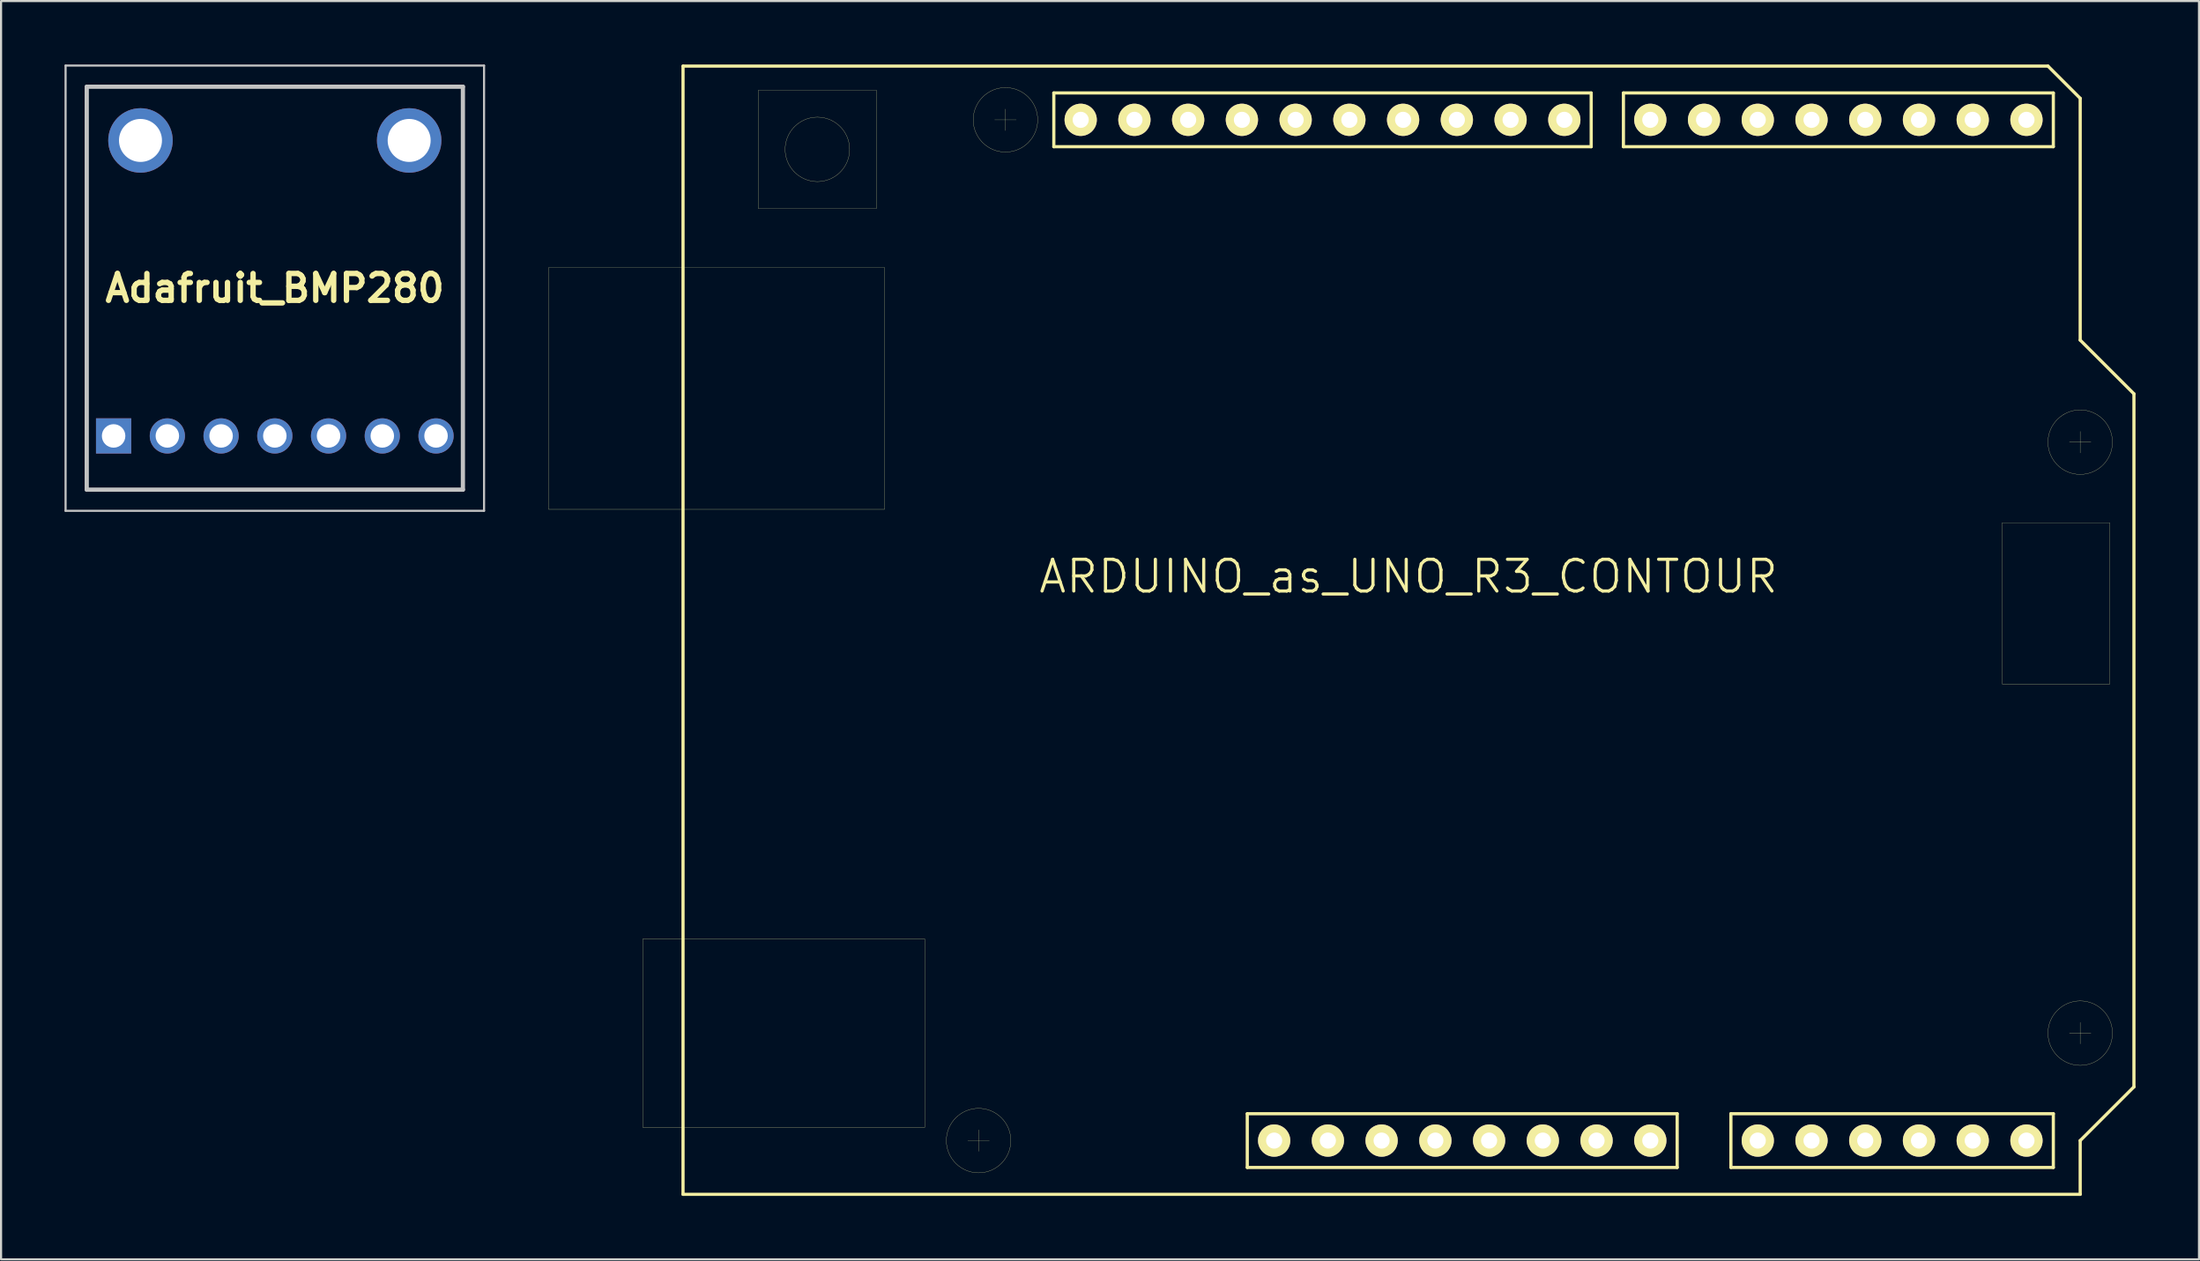
<source format=kicad_pcb>
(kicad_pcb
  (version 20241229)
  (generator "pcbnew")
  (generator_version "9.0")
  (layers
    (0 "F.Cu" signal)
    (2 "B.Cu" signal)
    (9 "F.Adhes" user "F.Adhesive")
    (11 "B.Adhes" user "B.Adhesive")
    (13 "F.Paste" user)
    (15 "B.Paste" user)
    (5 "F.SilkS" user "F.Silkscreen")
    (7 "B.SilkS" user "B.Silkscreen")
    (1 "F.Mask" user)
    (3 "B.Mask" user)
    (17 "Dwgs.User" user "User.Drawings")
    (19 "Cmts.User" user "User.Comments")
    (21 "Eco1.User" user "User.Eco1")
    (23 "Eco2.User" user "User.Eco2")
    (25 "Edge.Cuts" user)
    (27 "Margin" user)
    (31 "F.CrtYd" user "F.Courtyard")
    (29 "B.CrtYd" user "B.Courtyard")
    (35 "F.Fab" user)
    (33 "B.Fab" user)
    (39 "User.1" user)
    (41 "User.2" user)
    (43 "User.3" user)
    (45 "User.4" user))
  (footprint "Adafruit_BMP280"
    (layer "F.Cu")
    (at 2.32 17.56)
    (property "Reference" "Adafruit_BMP280" (at 7.62 -6.985 0) (layer "F.SilkS") (effects (font (size 1.27 1.27) (thickness 0.254))))
    (attr through_hole)
    (fp_line (start -1.27 -16.51) (end 16.51 -16.51) (stroke (width 0.1) (type solid)) (layer "F.SilkS"))
    (fp_line (start -1.27 2.54) (end -1.27 -16.51) (stroke (width 0.1) (type solid)) (layer "F.SilkS"))
    (fp_line (start 16.51 -16.51) (end 16.51 2.54) (stroke (width 0.1) (type solid)) (layer "F.SilkS"))
    (fp_line (start 16.51 2.54) (end -1.27 2.54) (stroke (width 0.1) (type solid)) (layer "F.SilkS"))
    (fp_line (start -2.27 -17.51) (end 17.51 -17.51) (stroke (width 0.1) (type solid)) (layer "Dwgs.User"))
    (fp_line (start -2.27 3.54) (end -2.27 -17.51) (stroke (width 0.1) (type solid)) (layer "Dwgs.User"))
    (fp_line (start -1.27 -16.51) (end 16.51 -16.51) (stroke (width 0.2) (type solid)) (layer "Dwgs.User"))
    (fp_line (start -1.27 2.54) (end -1.27 -16.51) (stroke (width 0.2) (type solid)) (layer "Dwgs.User"))
    (fp_line (start 16.51 -16.51) (end 16.51 2.54) (stroke (width 0.2) (type solid)) (layer "Dwgs.User"))
    (fp_line (start 16.51 2.54) (end -1.27 2.54) (stroke (width 0.2) (type solid)) (layer "Dwgs.User"))
    (fp_line (start 17.51 -17.51) (end 17.51 3.54) (stroke (width 0.1) (type solid)) (layer "Dwgs.User"))
    (fp_line (start 17.51 3.54) (end -2.27 3.54) (stroke (width 0.1) (type solid)) (layer "Dwgs.User"))
    (pad "1" thru_hole rect (at 0 0 90) (size 1.665 1.665) (drill 1.11) (layers "*.Cu" "*.Mask"))
    (pad "2" thru_hole circle (at 2.54 0 90) (size 1.665 1.665) (drill 1.11) (layers "*.Cu" "*.Mask"))
    (pad "3" thru_hole circle (at 5.08 0 90) (size 1.665 1.665) (drill 1.11) (layers "*.Cu" "*.Mask"))
    (pad "4" thru_hole circle (at 7.62 0 90) (size 1.665 1.665) (drill 1.11) (layers "*.Cu" "*.Mask"))
    (pad "5" thru_hole circle (at 10.16 0 90) (size 1.665 1.665) (drill 1.11) (layers "*.Cu" "*.Mask"))
    (pad "6" thru_hole circle (at 12.7 0 90) (size 1.665 1.665) (drill 1.11) (layers "*.Cu" "*.Mask"))
    (pad "7" thru_hole circle (at 15.24 0 90) (size 1.665 1.665) (drill 1.11) (layers "*.Cu" "*.Mask"))
    (pad "MH1" thru_hole circle (at 1.27 -13.97 90) (size 3.048 3.048) (drill 2.032) (layers "*.Cu" "*.Mask"))
    (pad "MH2" thru_hole circle (at 13.97 -13.97 90) (size 3.048 3.048) (drill 2.032) (layers "*.Cu" "*.Mask")))
  (footprint "ARDUINO_as_UNO_R3_CONTOUR"
    (layer "F.Cu")
    (at 63.525 26.745)
    (property "Reference" "ARDUINO_as_UNO_R3_CONTOUR" (at 0 -2.54 0) (layer "F.SilkS") (effects (font (size 1.5 1.5) (thickness 0.15))))
    (attr through_hole)
    (fp_line (start -40.64 -17.145) (end -24.765 -17.145) (stroke (width 0.01) (type solid)) (layer "F.SilkS"))
    (fp_line (start -40.64 -5.715) (end -40.64 -17.145) (stroke (width 0.01) (type solid)) (layer "F.SilkS"))
    (fp_line (start -36.195 14.605) (end -22.86 14.605) (stroke (width 0.01) (type solid)) (layer "F.SilkS"))
    (fp_line (start -36.195 23.495) (end -36.195 14.605) (stroke (width 0.01) (type solid)) (layer "F.SilkS"))
    (fp_line (start -34.29 -26.67) (end 30.226 -26.67) (stroke (width 0.15) (type solid)) (layer "F.SilkS"))
    (fp_line (start -34.29 26.67) (end -34.29 -26.67) (stroke (width 0.15) (type solid)) (layer "F.SilkS"))
    (fp_line (start -30.734 -25.527) (end -25.146 -25.527) (stroke (width 0.01) (type solid)) (layer "F.SilkS"))
    (fp_line (start -30.734 -19.939) (end -30.734 -25.527) (stroke (width 0.01) (type solid)) (layer "F.SilkS"))
    (fp_line (start -25.146 -25.527) (end -25.146 -19.939) (stroke (width 0.01) (type solid)) (layer "F.SilkS"))
    (fp_line (start -25.146 -19.939) (end -30.734 -19.939) (stroke (width 0.01) (type solid)) (layer "F.SilkS"))
    (fp_line (start -24.765 -17.145) (end -24.765 -5.715) (stroke (width 0.01) (type solid)) (layer "F.SilkS"))
    (fp_line (start -24.765 -5.715) (end -40.64 -5.715) (stroke (width 0.01) (type solid)) (layer "F.SilkS"))
    (fp_line (start -22.86 14.605) (end -22.86 23.495) (stroke (width 0.01) (type solid)) (layer "F.SilkS"))
    (fp_line (start -22.86 23.495) (end -36.195 23.495) (stroke (width 0.01) (type solid)) (layer "F.SilkS"))
    (fp_line (start -20.828 24.13) (end -19.812 24.13) (stroke (width 0.01) (type solid)) (layer "F.SilkS"))
    (fp_line (start -20.32 23.622) (end -20.32 24.638) (stroke (width 0.01) (type solid)) (layer "F.SilkS"))
    (fp_line (start -19.558 -24.13) (end -18.542 -24.13) (stroke (width 0.01) (type solid)) (layer "F.SilkS"))
    (fp_line (start -19.05 -24.638) (end -19.05 -23.622) (stroke (width 0.01) (type solid)) (layer "F.SilkS"))
    (fp_line (start -16.764 -25.4) (end 8.636 -25.4) (stroke (width 0.15) (type solid)) (layer "F.SilkS"))
    (fp_line (start -16.764 -22.86) (end -16.764 -25.4) (stroke (width 0.15) (type solid)) (layer "F.SilkS"))
    (fp_line (start -7.62 22.86) (end 12.7 22.86) (stroke (width 0.15) (type solid)) (layer "F.SilkS"))
    (fp_line (start -7.62 25.4) (end -7.62 22.86) (stroke (width 0.15) (type solid)) (layer "F.SilkS"))
    (fp_line (start 8.636 -25.4) (end 8.636 -22.86) (stroke (width 0.15) (type solid)) (layer "F.SilkS"))
    (fp_line (start 8.636 -22.86) (end -16.764 -22.86) (stroke (width 0.15) (type solid)) (layer "F.SilkS"))
    (fp_line (start 10.16 -25.4) (end 30.48 -25.4) (stroke (width 0.15) (type solid)) (layer "F.SilkS"))
    (fp_line (start 10.16 -22.86) (end 10.16 -25.4) (stroke (width 0.15) (type solid)) (layer "F.SilkS"))
    (fp_line (start 12.7 22.86) (end 12.7 25.4) (stroke (width 0.15) (type solid)) (layer "F.SilkS"))
    (fp_line (start 12.7 25.4) (end -7.62 25.4) (stroke (width 0.15) (type solid)) (layer "F.SilkS"))
    (fp_line (start 15.24 22.86) (end 30.48 22.86) (stroke (width 0.15) (type solid)) (layer "F.SilkS"))
    (fp_line (start 15.24 25.4) (end 15.24 22.86) (stroke (width 0.15) (type solid)) (layer "F.SilkS"))
    (fp_line (start 28.067 -5.08) (end 28.067 2.54) (stroke (width 0.01) (type solid)) (layer "F.SilkS"))
    (fp_line (start 28.067 -5.08) (end 33.147 -5.08) (stroke (width 0.01) (type solid)) (layer "F.SilkS"))
    (fp_line (start 28.067 2.54) (end 33.147 2.54) (stroke (width 0.01) (type solid)) (layer "F.SilkS"))
    (fp_line (start 30.48 -25.4) (end 30.48 -22.86) (stroke (width 0.15) (type solid)) (layer "F.SilkS"))
    (fp_line (start 30.48 -22.86) (end 10.16 -22.86) (stroke (width 0.15) (type solid)) (layer "F.SilkS"))
    (fp_line (start 30.48 22.86) (end 30.48 25.4) (stroke (width 0.15) (type solid)) (layer "F.SilkS"))
    (fp_line (start 30.48 25.4) (end 15.24 25.4) (stroke (width 0.15) (type solid)) (layer "F.SilkS"))
    (fp_line (start 31.242 19.05) (end 32.258 19.05) (stroke (width 0.01) (type solid)) (layer "F.SilkS"))
    (fp_line (start 31.75 -25.146) (end 30.226 -26.67) (stroke (width 0.15) (type solid)) (layer "F.SilkS"))
    (fp_line (start 31.75 -25.146) (end 31.75 -13.716) (stroke (width 0.15) (type solid)) (layer "F.SilkS"))
    (fp_line (start 31.75 -13.716) (end 34.29 -11.176) (stroke (width 0.15) (type solid)) (layer "F.SilkS"))
    (fp_line (start 31.75 -9.398) (end 31.75 -8.382) (stroke (width 0.01) (type solid)) (layer "F.SilkS"))
    (fp_line (start 31.75 18.542) (end 31.75 19.558) (stroke (width 0.01) (type solid)) (layer "F.SilkS"))
    (fp_line (start 31.75 24.13) (end 31.75 26.67) (stroke (width 0.15) (type solid)) (layer "F.SilkS"))
    (fp_line (start 31.75 26.67) (end -34.29 26.67) (stroke (width 0.15) (type solid)) (layer "F.SilkS"))
    (fp_line (start 32.258 -8.89) (end 31.242 -8.89) (stroke (width 0.01) (type solid)) (layer "F.SilkS"))
    (fp_line (start 33.147 -5.08) (end 33.147 2.54) (stroke (width 0.01) (type solid)) (layer "F.SilkS"))
    (fp_line (start 34.29 -11.176) (end 34.29 21.59) (stroke (width 0.15) (type solid)) (layer "F.SilkS"))
    (fp_line (start 34.29 21.59) (end 31.75 24.13) (stroke (width 0.15) (type solid)) (layer "F.SilkS"))
    (fp_circle (center -27.94 -22.733) (end -29.464 -22.733) (stroke (width 0.01) (type solid)) (fill no) (layer "F.SilkS"))
    (fp_circle (center -20.32 24.13) (end -18.796 24.13) (stroke (width 0.01) (type solid)) (fill no) (layer "F.SilkS"))
    (fp_circle (center -19.05 -24.13) (end -17.526 -24.13) (stroke (width 0.01) (type solid)) (fill no) (layer "F.SilkS"))
    (fp_circle (center 31.75 -8.89) (end 33.274 -8.89) (stroke (width 0.01) (type solid)) (fill no) (layer "F.SilkS"))
    (fp_circle (center 31.75 19.05) (end 33.274 19.05) (stroke (width 0.01) (type solid)) (fill no) (layer "F.SilkS"))
    (pad "0" thru_hole circle (at 29.21 -24.13) (size 1.524 1.524) (drill 0.762) (layers "*.Cu" "*.Mask" "F.SilkS"))
    (pad "1" thru_hole circle (at 26.67 -24.13) (size 1.524 1.524) (drill 0.762) (layers "*.Cu" "*.Mask" "F.SilkS"))
    (pad "2" thru_hole circle (at 24.13 -24.13) (size 1.524 1.524) (drill 0.762) (layers "*.Cu" "*.Mask" "F.SilkS"))
    (pad "3" thru_hole circle (at 21.59 -24.13) (size 1.524 1.524) (drill 0.762) (layers "*.Cu" "*.Mask" "F.SilkS"))
    (pad "3V3" thru_hole circle (at 1.27 24.13) (size 1.524 1.524) (drill 0.762) (layers "*.Cu" "*.Mask" "F.SilkS"))
    (pad "4" thru_hole circle (at 19.05 -24.13) (size 1.524 1.524) (drill 0.762) (layers "*.Cu" "*.Mask" "F.SilkS"))
    (pad "5" thru_hole circle (at 16.51 -24.13) (size 1.524 1.524) (drill 0.762) (layers "*.Cu" "*.Mask" "F.SilkS"))
    (pad "5V" thru_hole circle (at 3.81 24.13) (size 1.524 1.524) (drill 0.762) (layers "*.Cu" "*.Mask" "F.SilkS"))
    (pad "6" thru_hole circle (at 13.97 -24.13) (size 1.524 1.524) (drill 0.762) (layers "*.Cu" "*.Mask" "F.SilkS"))
    (pad "7" thru_hole circle (at 11.43 -24.13) (size 1.524 1.524) (drill 0.762) (layers "*.Cu" "*.Mask" "F.SilkS"))
    (pad "8" thru_hole circle (at 7.366 -24.13) (size 1.524 1.524) (drill 0.762) (layers "*.Cu" "*.Mask" "F.SilkS"))
    (pad "9" thru_hole circle (at 4.826 -24.13) (size 1.524 1.524) (drill 0.762) (layers "*.Cu" "*.Mask" "F.SilkS"))
    (pad "10" thru_hole circle (at 2.286 -24.13) (size 1.524 1.524) (drill 0.762) (layers "*.Cu" "*.Mask" "F.SilkS"))
    (pad "11" thru_hole circle (at -0.254 -24.13) (size 1.524 1.524) (drill 0.762) (layers "*.Cu" "*.Mask" "F.SilkS"))
    (pad "12" thru_hole circle (at -2.794 -24.13) (size 1.524 1.524) (drill 0.762) (layers "*.Cu" "*.Mask" "F.SilkS"))
    (pad "13" thru_hole circle (at -5.334 -24.13) (size 1.524 1.524) (drill 0.762) (layers "*.Cu" "*.Mask" "F.SilkS"))
    (pad "A0" thru_hole circle (at 16.51 24.13) (size 1.524 1.524) (drill 0.762) (layers "*.Cu" "*.Mask" "F.SilkS"))
    (pad "A1" thru_hole circle (at 19.05 24.13) (size 1.524 1.524) (drill 0.762) (layers "*.Cu" "*.Mask" "F.SilkS"))
    (pad "A2" thru_hole circle (at 21.59 24.13) (size 1.524 1.524) (drill 0.762) (layers "*.Cu" "*.Mask" "F.SilkS"))
    (pad "A3" thru_hole circle (at 24.13 24.13) (size 1.524 1.524) (drill 0.762) (layers "*.Cu" "*.Mask" "F.SilkS"))
    (pad "A4/1" thru_hole circle (at 26.67 24.13) (size 1.524 1.524) (drill 0.762) (layers "*.Cu" "*.Mask" "F.SilkS"))
    (pad "A4/2" thru_hole circle (at -12.954 -24.13) (size 1.524 1.524) (drill 0.762) (layers "*.Cu" "*.Mask" "F.SilkS"))
    (pad "A5/1" thru_hole circle (at 29.21 24.13) (size 1.524 1.524) (drill 0.762) (layers "*.Cu" "*.Mask" "F.SilkS"))
    (pad "A5/2" thru_hole circle (at -15.494 -24.13) (size 1.524 1.524) (drill 0.762) (layers "*.Cu" "*.Mask" "F.SilkS"))
    (pad "AREF" thru_hole circle (at -10.414 -24.13) (size 1.524 1.524) (drill 0.762) (layers "*.Cu" "*.Mask" "F.SilkS"))
    (pad "GND1" thru_hole circle (at 6.35 24.13) (size 1.524 1.524) (drill 0.762) (layers "*.Cu" "*.Mask" "F.SilkS"))
    (pad "GND2" thru_hole circle (at 8.89 24.13) (size 1.524 1.524) (drill 0.762) (layers "*.Cu" "*.Mask" "F.SilkS"))
    (pad "GND3" thru_hole circle (at -7.874 -24.13) (size 1.524 1.524) (drill 0.762) (layers "*.Cu" "*.Mask" "F.SilkS"))
    (pad "IREF" thru_hole circle (at -3.81 24.13) (size 1.524 1.524) (drill 0.762) (layers "*.Cu" "*.Mask" "F.SilkS"))
    (pad "NC" thru_hole circle (at -6.35 24.13) (size 1.524 1.524) (drill 0.762) (layers "*.Cu" "*.Mask" "F.SilkS"))
    (pad "RST" thru_hole circle (at -1.27 24.13) (size 1.524 1.524) (drill 0.762) (layers "*.Cu" "*.Mask" "F.SilkS"))
    (pad "VIN" thru_hole circle (at 11.43 24.13) (size 1.524 1.524) (drill 0.762) (layers "*.Cu" "*.Mask" "F.SilkS")))
  (gr_rect
    (start -3 -3)
    (end 100.89 56.49)
    (stroke (width 0.1) (type default))
    (fill no)
    (layer "Edge.Cuts")))
</source>
